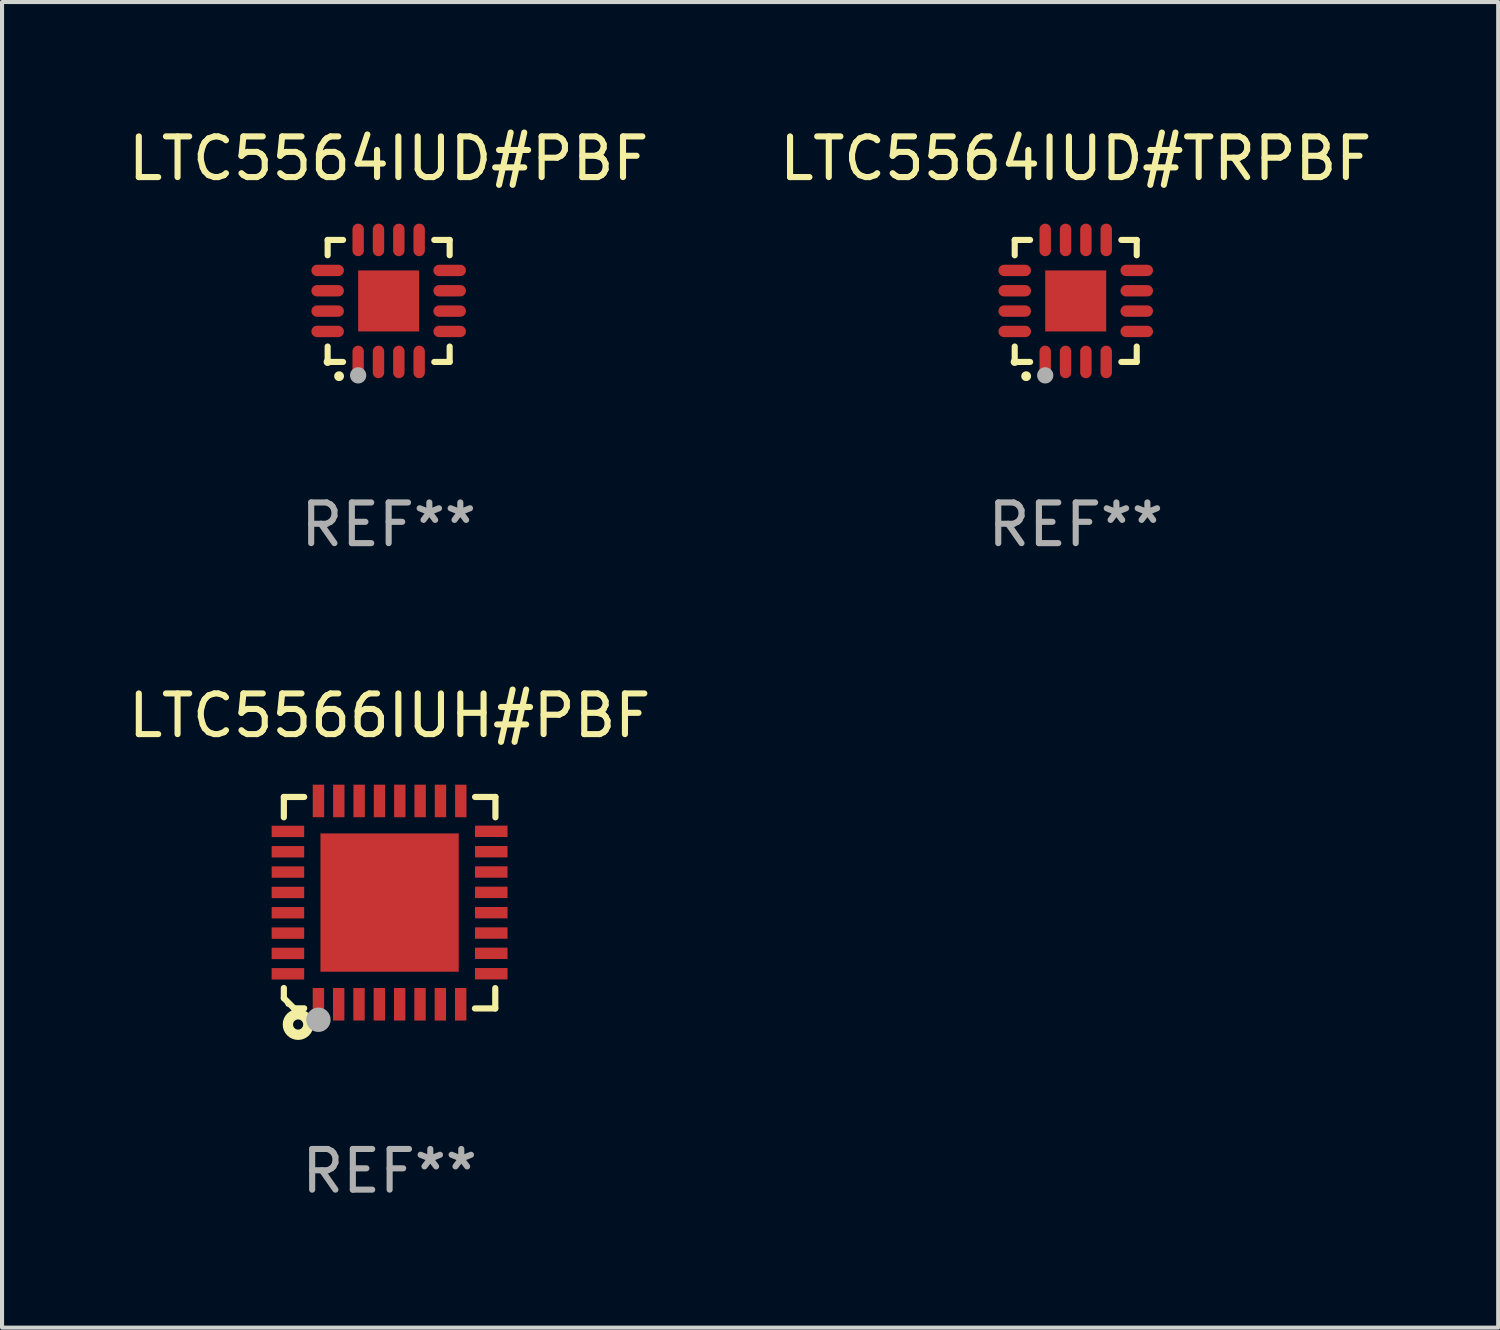
<source format=kicad_pcb>
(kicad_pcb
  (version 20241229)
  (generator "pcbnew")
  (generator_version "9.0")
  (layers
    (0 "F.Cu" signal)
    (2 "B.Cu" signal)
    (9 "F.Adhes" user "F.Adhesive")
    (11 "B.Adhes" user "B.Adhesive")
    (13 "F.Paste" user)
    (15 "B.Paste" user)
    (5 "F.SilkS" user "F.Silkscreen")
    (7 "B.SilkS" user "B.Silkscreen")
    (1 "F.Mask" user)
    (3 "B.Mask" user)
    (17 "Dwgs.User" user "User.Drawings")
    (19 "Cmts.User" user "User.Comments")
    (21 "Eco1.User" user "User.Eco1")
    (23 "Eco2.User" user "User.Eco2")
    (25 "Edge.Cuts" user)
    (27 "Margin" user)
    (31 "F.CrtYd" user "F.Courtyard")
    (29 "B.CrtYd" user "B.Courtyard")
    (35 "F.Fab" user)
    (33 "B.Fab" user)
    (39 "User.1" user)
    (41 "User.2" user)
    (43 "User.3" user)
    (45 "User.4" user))
  (footprint "LTC5564IUD#PBF"
    (layer "F.Cu")
    (at 6.506 4.349)
    (property "Reference" "LTC5564IUD#PBF" (at 0 -3.5 0) (layer "F.SilkS") (effects (font (size 1 1) (thickness 0.15))))
    (attr through_hole)
    (fp_line (start -1.5 -1.5) (end -1.121 -1.5) (stroke (width 0.15) (type solid)) (layer "F.SilkS"))
    (fp_line (start -1.5 -1.122) (end -1.5 -1.5) (stroke (width 0.15) (type solid)) (layer "F.SilkS"))
    (fp_line (start -1.5 1.5) (end -1.5 1.121) (stroke (width 0.15) (type solid)) (layer "F.SilkS"))
    (fp_line (start -1.121 1.5) (end -1.5 1.5) (stroke (width 0.15) (type solid)) (layer "F.SilkS"))
    (fp_line (start 1.121 -1.5) (end 1.5 -1.5) (stroke (width 0.15) (type solid)) (layer "F.SilkS"))
    (fp_line (start 1.5 -1.5) (end 1.5 -1.122) (stroke (width 0.15) (type solid)) (layer "F.SilkS"))
    (fp_line (start 1.5 1.121) (end 1.5 1.5) (stroke (width 0.15) (type solid)) (layer "F.SilkS"))
    (fp_line (start 1.5 1.5) (end 1.121 1.5) (stroke (width 0.15) (type solid)) (layer "F.SilkS"))
    (fp_arc (start -1.219926 1.850254) (mid -1.21891 1.85025) (end -1.217894 1.850254) (stroke (width 0.240005) (type solid)) (layer "F.SilkS"))
    (fp_circle (center -1.5 1.5) (end -1.45 1.5) (stroke (width 0.1) (type solid)) (fill no) (layer "F.SilkS"))
    (fp_circle (center -0.75 1.83) (end -0.65 1.83) (stroke (width 0.2) (type solid)) (fill no) (layer "F.Fab"))
    (fp_text user "REF**" (at 0 5.5 0) (layer "F.Fab") (effects (font (size 1 1) (thickness 0.15))))
    (pad "1" smd oval (at -0.75 1.5) (size 0.28 0.8) (layers "F.Cu" "F.Mask" "F.Paste"))
    (pad "2" smd oval (at -0.25 1.5) (size 0.28 0.8) (layers "F.Cu" "F.Mask" "F.Paste"))
    (pad "3" smd oval (at 0.25 1.5) (size 0.28 0.8) (layers "F.Cu" "F.Mask" "F.Paste"))
    (pad "4" smd oval (at 0.75 1.5) (size 0.28 0.8) (layers "F.Cu" "F.Mask" "F.Paste"))
    (pad "5" smd oval (at 1.5 0.75) (size 0.8 0.28) (layers "F.Cu" "F.Mask" "F.Paste"))
    (pad "6" smd oval (at 1.5 0.25) (size 0.8 0.28) (layers "F.Cu" "F.Mask" "F.Paste"))
    (pad "7" smd oval (at 1.5 -0.25) (size 0.8 0.28) (layers "F.Cu" "F.Mask" "F.Paste"))
    (pad "8" smd oval (at 1.5 -0.75) (size 0.8 0.28) (layers "F.Cu" "F.Mask" "F.Paste"))
    (pad "9" smd oval (at 0.75 -1.5) (size 0.28 0.8) (layers "F.Cu" "F.Mask" "F.Paste"))
    (pad "10" smd oval (at 0.25 -1.5) (size 0.28 0.8) (layers "F.Cu" "F.Mask" "F.Paste"))
    (pad "11" smd oval (at -0.25 -1.5) (size 0.28 0.8) (layers "F.Cu" "F.Mask" "F.Paste"))
    (pad "12" smd oval (at -0.75 -1.5) (size 0.28 0.8) (layers "F.Cu" "F.Mask" "F.Paste"))
    (pad "13" smd oval (at -1.5 -0.75) (size 0.8 0.28) (layers "F.Cu" "F.Mask" "F.Paste"))
    (pad "14" smd oval (at -1.5 -0.25) (size 0.8 0.28) (layers "F.Cu" "F.Mask" "F.Paste"))
    (pad "15" smd oval (at -1.5 0.25) (size 0.8 0.28) (layers "F.Cu" "F.Mask" "F.Paste"))
    (pad "16" smd oval (at -1.5 0.75) (size 0.8 0.28) (layers "F.Cu" "F.Mask" "F.Paste"))
    (pad "17" smd rect (at -0.000064 0.000165) (size 1.5 1.5) (layers "F.Cu" "F.Mask" "F.Paste")))
  (footprint "LTC5564IUD#TRPBF"
    (layer "F.Cu")
    (at 23.399 4.349)
    (property "Reference" "LTC5564IUD#TRPBF" (at 0 -3.5 0) (layer "F.SilkS") (effects (font (size 1 1) (thickness 0.15))))
    (attr through_hole)
    (fp_line (start -1.5 -1.5) (end -1.121 -1.5) (stroke (width 0.15) (type solid)) (layer "F.SilkS"))
    (fp_line (start -1.5 -1.122) (end -1.5 -1.5) (stroke (width 0.15) (type solid)) (layer "F.SilkS"))
    (fp_line (start -1.5 1.5) (end -1.5 1.121) (stroke (width 0.15) (type solid)) (layer "F.SilkS"))
    (fp_line (start -1.121 1.5) (end -1.5 1.5) (stroke (width 0.15) (type solid)) (layer "F.SilkS"))
    (fp_line (start 1.121 -1.5) (end 1.5 -1.5) (stroke (width 0.15) (type solid)) (layer "F.SilkS"))
    (fp_line (start 1.5 -1.5) (end 1.5 -1.122) (stroke (width 0.15) (type solid)) (layer "F.SilkS"))
    (fp_line (start 1.5 1.121) (end 1.5 1.5) (stroke (width 0.15) (type solid)) (layer "F.SilkS"))
    (fp_line (start 1.5 1.5) (end 1.121 1.5) (stroke (width 0.15) (type solid)) (layer "F.SilkS"))
    (fp_arc (start -1.219926 1.850254) (mid -1.21891 1.85025) (end -1.217894 1.850254) (stroke (width 0.240005) (type solid)) (layer "F.SilkS"))
    (fp_circle (center -1.5 1.5) (end -1.45 1.5) (stroke (width 0.1) (type solid)) (fill no) (layer "F.SilkS"))
    (fp_circle (center -0.75 1.83) (end -0.65 1.83) (stroke (width 0.2) (type solid)) (fill no) (layer "F.Fab"))
    (fp_text user "REF**" (at 0 5.5 0) (layer "F.Fab") (effects (font (size 1 1) (thickness 0.15))))
    (pad "1" smd oval (at -0.75 1.5) (size 0.28 0.8) (layers "F.Cu" "F.Mask" "F.Paste"))
    (pad "2" smd oval (at -0.25 1.5) (size 0.28 0.8) (layers "F.Cu" "F.Mask" "F.Paste"))
    (pad "3" smd oval (at 0.25 1.5) (size 0.28 0.8) (layers "F.Cu" "F.Mask" "F.Paste"))
    (pad "4" smd oval (at 0.75 1.5) (size 0.28 0.8) (layers "F.Cu" "F.Mask" "F.Paste"))
    (pad "5" smd oval (at 1.5 0.75) (size 0.8 0.28) (layers "F.Cu" "F.Mask" "F.Paste"))
    (pad "6" smd oval (at 1.5 0.25) (size 0.8 0.28) (layers "F.Cu" "F.Mask" "F.Paste"))
    (pad "7" smd oval (at 1.5 -0.25) (size 0.8 0.28) (layers "F.Cu" "F.Mask" "F.Paste"))
    (pad "8" smd oval (at 1.5 -0.75) (size 0.8 0.28) (layers "F.Cu" "F.Mask" "F.Paste"))
    (pad "9" smd oval (at 0.75 -1.5) (size 0.28 0.8) (layers "F.Cu" "F.Mask" "F.Paste"))
    (pad "10" smd oval (at 0.25 -1.5) (size 0.28 0.8) (layers "F.Cu" "F.Mask" "F.Paste"))
    (pad "11" smd oval (at -0.25 -1.5) (size 0.28 0.8) (layers "F.Cu" "F.Mask" "F.Paste"))
    (pad "12" smd oval (at -0.75 -1.5) (size 0.28 0.8) (layers "F.Cu" "F.Mask" "F.Paste"))
    (pad "13" smd oval (at -1.5 -0.75) (size 0.8 0.28) (layers "F.Cu" "F.Mask" "F.Paste"))
    (pad "14" smd oval (at -1.5 -0.25) (size 0.8 0.28) (layers "F.Cu" "F.Mask" "F.Paste"))
    (pad "15" smd oval (at -1.5 0.25) (size 0.8 0.28) (layers "F.Cu" "F.Mask" "F.Paste"))
    (pad "16" smd oval (at -1.5 0.75) (size 0.8 0.28) (layers "F.Cu" "F.Mask" "F.Paste"))
    (pad "17" smd rect (at -0.000064 0.000165) (size 1.5 1.5) (layers "F.Cu" "F.Mask" "F.Paste")))
  (footprint "LTC5566IUH#PBF"
    (layer "F.Cu")
    (at 6.53 19.145)
    (property "Reference" "LTC5566IUH#PBF" (at 0 -4.6 0) (layer "F.SilkS") (effects (font (size 1 1) (thickness 0.15))))
    (attr through_hole)
    (fp_line (start -2.601 2.097) (end -2.601 2.347) (stroke (width 0.152) (type solid)) (layer "F.SilkS"))
    (fp_line (start -2.601 2.347) (end -2.351 2.597) (stroke (width 0.152) (type solid)) (layer "F.SilkS"))
    (fp_line (start -2.601 -2.6) (end -2.601 -2.1) (stroke (width 0.152) (type solid)) (layer "F.SilkS"))
    (fp_line (start -2.601 -2.6) (end -2.101 -2.6) (stroke (width 0.152) (type solid)) (layer "F.SilkS"))
    (fp_line (start -2.351 2.597) (end -2.101 2.597) (stroke (width 0.152) (type solid)) (layer "F.SilkS"))
    (fp_line (start 2.597 2.6) (end 2.097 2.6) (stroke (width 0.152) (type solid)) (layer "F.SilkS"))
    (fp_line (start 2.597 2.6) (end 2.597 2.1) (stroke (width 0.152) (type solid)) (layer "F.SilkS"))
    (fp_line (start 2.601 -2.6) (end 2.101 -2.6) (stroke (width 0.152) (type solid)) (layer "F.SilkS"))
    (fp_line (start 2.601 -2.6) (end 2.601 -2.1) (stroke (width 0.152) (type solid)) (layer "F.SilkS"))
    (fp_circle (center -2.501 2.497) (end -2.471 2.497) (stroke (width 0.06) (type solid)) (fill no) (layer "F.SilkS"))
    (fp_circle (center -2.25 2.995) (end -2.125 2.995) (stroke (width 0.254) (type solid)) (fill no) (layer "F.SilkS"))
    (fp_circle (center -1.751 2.878) (end -1.601 2.878) (stroke (width 0.3) (type solid)) (fill no) (layer "F.Fab"))
    (fp_text user "REF**" (at 0 6.6 0) (layer "F.Fab") (effects (font (size 1 1) (thickness 0.15))))
    (pad "1" smd rect (at -1.751 2.497) (size 0.28 0.8) (layers "F.Cu" "F.Mask" "F.Paste"))
    (pad "2" smd rect (at -1.253 2.497) (size 0.28 0.8) (layers "F.Cu" "F.Mask" "F.Paste"))
    (pad "3" smd rect (at -0.753 2.497) (size 0.28 0.8) (layers "F.Cu" "F.Mask" "F.Paste"))
    (pad "4" smd rect (at -0.253 2.497) (size 0.28 0.8) (layers "F.Cu" "F.Mask" "F.Paste"))
    (pad "5" smd rect (at 0.247 2.497) (size 0.28 0.8) (layers "F.Cu" "F.Mask" "F.Paste"))
    (pad "6" smd rect (at 0.747 2.497) (size 0.28 0.8) (layers "F.Cu" "F.Mask" "F.Paste"))
    (pad "7" smd rect (at 1.247 2.497) (size 0.28 0.8) (layers "F.Cu" "F.Mask" "F.Paste"))
    (pad "8" smd rect (at 1.747 2.497) (size 0.28 0.8) (layers "F.Cu" "F.Mask" "F.Paste"))
    (pad "9" smd rect (at 2.499 1.746) (size 0.8 0.28) (layers "F.Cu" "F.Mask" "F.Paste"))
    (pad "10" smd rect (at 2.499 1.245) (size 0.8 0.28) (layers "F.Cu" "F.Mask" "F.Paste"))
    (pad "11" smd rect (at 2.499 0.746) (size 0.8 0.28) (layers "F.Cu" "F.Mask" "F.Paste"))
    (pad "12" smd rect (at 2.499 0.245) (size 0.8 0.28) (layers "F.Cu" "F.Mask" "F.Paste"))
    (pad "13" smd rect (at 2.499 -0.254) (size 0.8 0.28) (layers "F.Cu" "F.Mask" "F.Paste"))
    (pad "14" smd rect (at 2.499 -0.755) (size 0.8 0.28) (layers "F.Cu" "F.Mask" "F.Paste"))
    (pad "15" smd rect (at 2.499 -1.254) (size 0.8 0.28) (layers "F.Cu" "F.Mask" "F.Paste"))
    (pad "16" smd rect (at 2.499 -1.755) (size 0.8 0.28) (layers "F.Cu" "F.Mask" "F.Paste"))
    (pad "17" smd rect (at 1.75 -2.502) (size 0.28 0.8) (layers "F.Cu" "F.Mask" "F.Paste"))
    (pad "18" smd rect (at 1.25 -2.502) (size 0.28 0.8) (layers "F.Cu" "F.Mask" "F.Paste"))
    (pad "19" smd rect (at 0.75 -2.502) (size 0.28 0.8) (layers "F.Cu" "F.Mask" "F.Paste"))
    (pad "20" smd rect (at 0.25 -2.502) (size 0.28 0.8) (layers "F.Cu" "F.Mask" "F.Paste"))
    (pad "21" smd rect (at -0.25 -2.502) (size 0.28 0.8) (layers "F.Cu" "F.Mask" "F.Paste"))
    (pad "22" smd rect (at -0.75 -2.502) (size 0.28 0.8) (layers "F.Cu" "F.Mask" "F.Paste"))
    (pad "23" smd rect (at -1.25 -2.502) (size 0.28 0.8) (layers "F.Cu" "F.Mask" "F.Paste"))
    (pad "24" smd rect (at -1.75 -2.502) (size 0.28 0.8) (layers "F.Cu" "F.Mask" "F.Paste"))
    (pad "25" smd rect (at -2.501 -1.753) (size 0.8 0.28) (layers "F.Cu" "F.Mask" "F.Paste"))
    (pad "26" smd rect (at -2.501 -1.252) (size 0.8 0.28) (layers "F.Cu" "F.Mask" "F.Paste"))
    (pad "27" smd rect (at -2.501 -0.753) (size 0.8 0.28) (layers "F.Cu" "F.Mask" "F.Paste"))
    (pad "28" smd rect (at -2.501 -0.252) (size 0.8 0.28) (layers "F.Cu" "F.Mask" "F.Paste"))
    (pad "29" smd rect (at -2.501 0.247) (size 0.8 0.28) (layers "F.Cu" "F.Mask" "F.Paste"))
    (pad "30" smd rect (at -2.501 0.748) (size 0.8 0.28) (layers "F.Cu" "F.Mask" "F.Paste"))
    (pad "31" smd rect (at -2.501 1.247) (size 0.8 0.28) (layers "F.Cu" "F.Mask" "F.Paste"))
    (pad "32" smd rect (at -2.501 1.748) (size 0.8 0.28) (layers "F.Cu" "F.Mask" "F.Paste"))
    (pad "33" smd rect (at -0.001 -0.003 180) (size 3.4 3.4) (layers "F.Cu" "F.Mask" "F.Paste")))
  (gr_rect
    (start -3 -3)
    (end 33.786 29.593)
    (stroke (width 0.1) (type default))
    (fill no)
    (layer "Edge.Cuts")))
</source>
